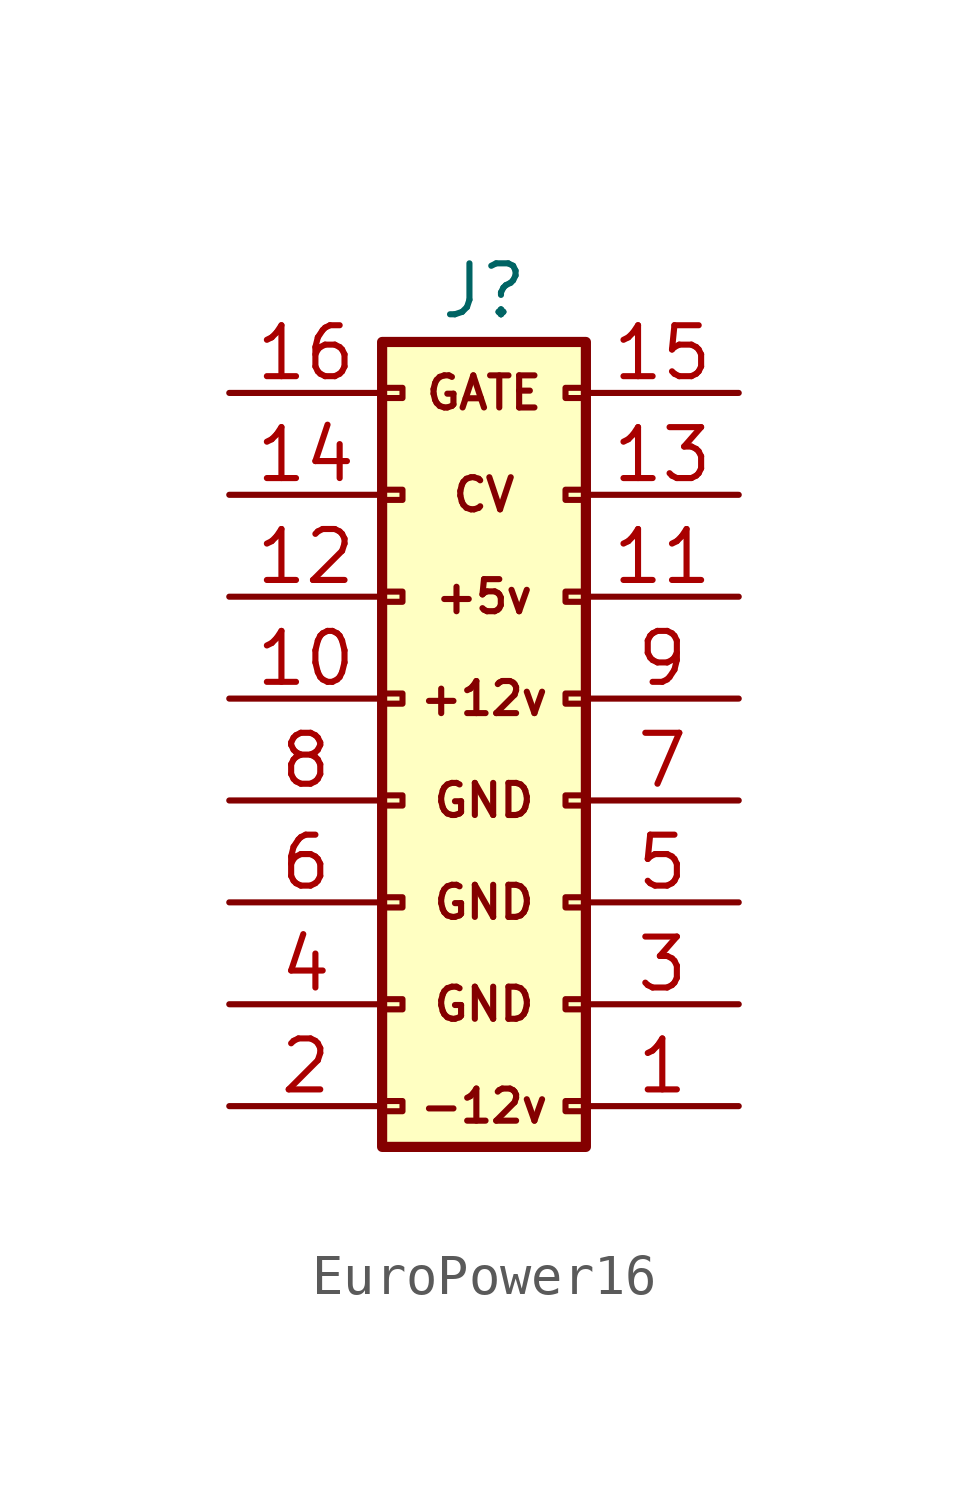
<source format=kicad_sym>
(kicad_symbol_lib
  (version 20220914)
  (generator kicad_symbol_editor)
  (symbol "EuroPower16"
    (pin_names
      (offset 1.016) hide)
    (property "Reference" "J"
      (at 1.27 10.16 0)
      (effects (font (size 1.27 1.27))))
    (symbol "EuroPower16_0_0"
      (text "+12v" (at 1.27 0 0) (effects (font (size 0.8 0.8))))
      (text "+5v" (at 1.27 2.54 0) (effects (font (size 0.8 0.8))))
      (text "-12v" (at 1.27 -10.16 0) (effects (font (size 0.8 0.8))))
      (text "CV" (at 1.27 5.08 0) (effects (font (size 0.8 0.8))))
      (text "GATE" (at 1.27 7.62 0) (effects (font (size 0.8 0.8))))
      (text "GND" (at 1.27 -7.62 0) (effects (font (size 0.8 0.8))))
      (text "GND" (at 1.27 -5.08 0) (effects (font (size 0.8 0.8))))
      (text "GND" (at 1.27 -2.54 0) (effects (font (size 0.8 0.8)))))
    (symbol "EuroPower16_1_1"
      (rectangle (start -1.27 -10.033) (end -0.762 -10.287) (stroke (width 0.152) (type default)) (fill (type none)))
      (rectangle (start -1.27 -7.493) (end -0.762 -7.747) (stroke (width 0.152) (type default)) (fill (type none)))
      (rectangle (start -1.27 -4.953) (end -0.762 -5.207) (stroke (width 0.152) (type default)) (fill (type none)))
      (rectangle (start -1.27 -2.413) (end -0.762 -2.667) (stroke (width 0.152) (type default)) (fill (type none)))
      (rectangle (start -1.27 0.127) (end -0.762 -0.127) (stroke (width 0.152) (type default)) (fill (type none)))
      (rectangle (start -1.27 2.667) (end -0.762 2.413) (stroke (width 0.152) (type default)) (fill (type none)))
      (rectangle (start -1.27 5.207) (end -0.762 4.953) (stroke (width 0.152) (type default)) (fill (type none)))
      (rectangle (start -1.27 7.747) (end -0.762 7.493) (stroke (width 0.152) (type default)) (fill (type none)))
      (rectangle (start -1.27 8.89) (end 3.81 -11.176) (stroke (width 0.254) (type default)) (fill (type background)))
      (rectangle (start 3.302 -10.033) (end 3.81 -10.287) (stroke (width 0.152) (type default)) (fill (type none)))
      (rectangle (start 3.302 -7.493) (end 3.81 -7.747) (stroke (width 0.152) (type default)) (fill (type none)))
      (rectangle (start 3.302 -4.953) (end 3.81 -5.207) (stroke (width 0.152) (type default)) (fill (type none)))
      (rectangle (start 3.302 -2.413) (end 3.81 -2.667) (stroke (width 0.152) (type default)) (fill (type none)))
      (rectangle (start 3.302 0.127) (end 3.81 -0.127) (stroke (width 0.152) (type default)) (fill (type none)))
      (rectangle (start 3.302 2.667) (end 3.81 2.413) (stroke (width 0.152) (type default)) (fill (type none)))
      (rectangle (start 3.302 5.207) (end 3.81 4.953) (stroke (width 0.152) (type default)) (fill (type none)))
      (rectangle (start 3.302 7.747) (end 3.81 7.493) (stroke (width 0.152) (type default)) (fill (type none)))
      (pin power_out line (at 7.62 -10.16 180) (length 3.81) (name "-12v_R" (effects (font (size 1.27 1.27)))) (number "1" (effects (font (size 1.27 1.27)))))
      (pin power_out line (at -5.08 0 0) (length 3.81) (name "+12V_L" (effects (font (size 1.27 1.27)))) (number "10" (effects (font (size 1.27 1.27)))))
      (pin power_out line (at 7.62 2.54 180) (length 3.81) (name "+5v_R" (effects (font (size 1.27 1.27)))) (number "11" (effects (font (size 1.27 1.27)))))
      (pin power_out line (at -5.08 2.54 0) (length 3.81) (name "+5v_L" (effects (font (size 1.27 1.27)))) (number "12" (effects (font (size 1.27 1.27)))))
      (pin passive line (at 7.62 5.08 180) (length 3.81) (name "CV_R" (effects (font (size 1.27 1.27)))) (number "13" (effects (font (size 1.27 1.27)))))
      (pin passive line (at -5.08 5.08 0) (length 3.81) (name "CV_L" (effects (font (size 1.27 1.27)))) (number "14" (effects (font (size 1.27 1.27)))))
      (pin passive line (at 7.62 7.62 180) (length 3.81) (name "GATE_R" (effects (font (size 1.27 1.27)))) (number "15" (effects (font (size 1.27 1.27)))))
      (pin passive line (at -5.08 7.62 0) (length 3.81) (name "GATE_L" (effects (font (size 1.27 1.27)))) (number "16" (effects (font (size 1.27 1.27)))))
      (pin power_out line (at -5.08 -10.16 0) (length 3.81) (name "-12v_L" (effects (font (size 1.27 1.27)))) (number "2" (effects (font (size 1.27 1.27)))))
      (pin power_out line (at 7.62 -7.62 180) (length 3.81) (name "GND" (effects (font (size 1.27 1.27)))) (number "3" (effects (font (size 1.27 1.27)))))
      (pin power_out line (at -5.08 -7.62 0) (length 3.81) (name "GND" (effects (font (size 1.27 1.27)))) (number "4" (effects (font (size 1.27 1.27)))))
      (pin power_out line (at 7.62 -5.08 180) (length 3.81) (name "GND_R3" (effects (font (size 1.27 1.27)))) (number "5" (effects (font (size 1.27 1.27)))))
      (pin power_out line (at -5.08 -5.08 0) (length 3.81) (name "GND_L3" (effects (font (size 1.27 1.27)))) (number "6" (effects (font (size 1.27 1.27)))))
      (pin power_out line (at 7.62 -2.54 180) (length 3.81) (name "GND_R2" (effects (font (size 1.27 1.27)))) (number "7" (effects (font (size 1.27 1.27)))))
      (pin power_out line (at -5.08 -2.54 0) (length 3.81) (name "GND_L2" (effects (font (size 1.27 1.27)))) (number "8" (effects (font (size 1.27 1.27)))))
      (pin power_out line (at 7.62 0 180) (length 3.81) (name "+12V_R" (effects (font (size 1.27 1.27)))) (number "9" (effects (font (size 1.27 1.27))))))))
</source>
